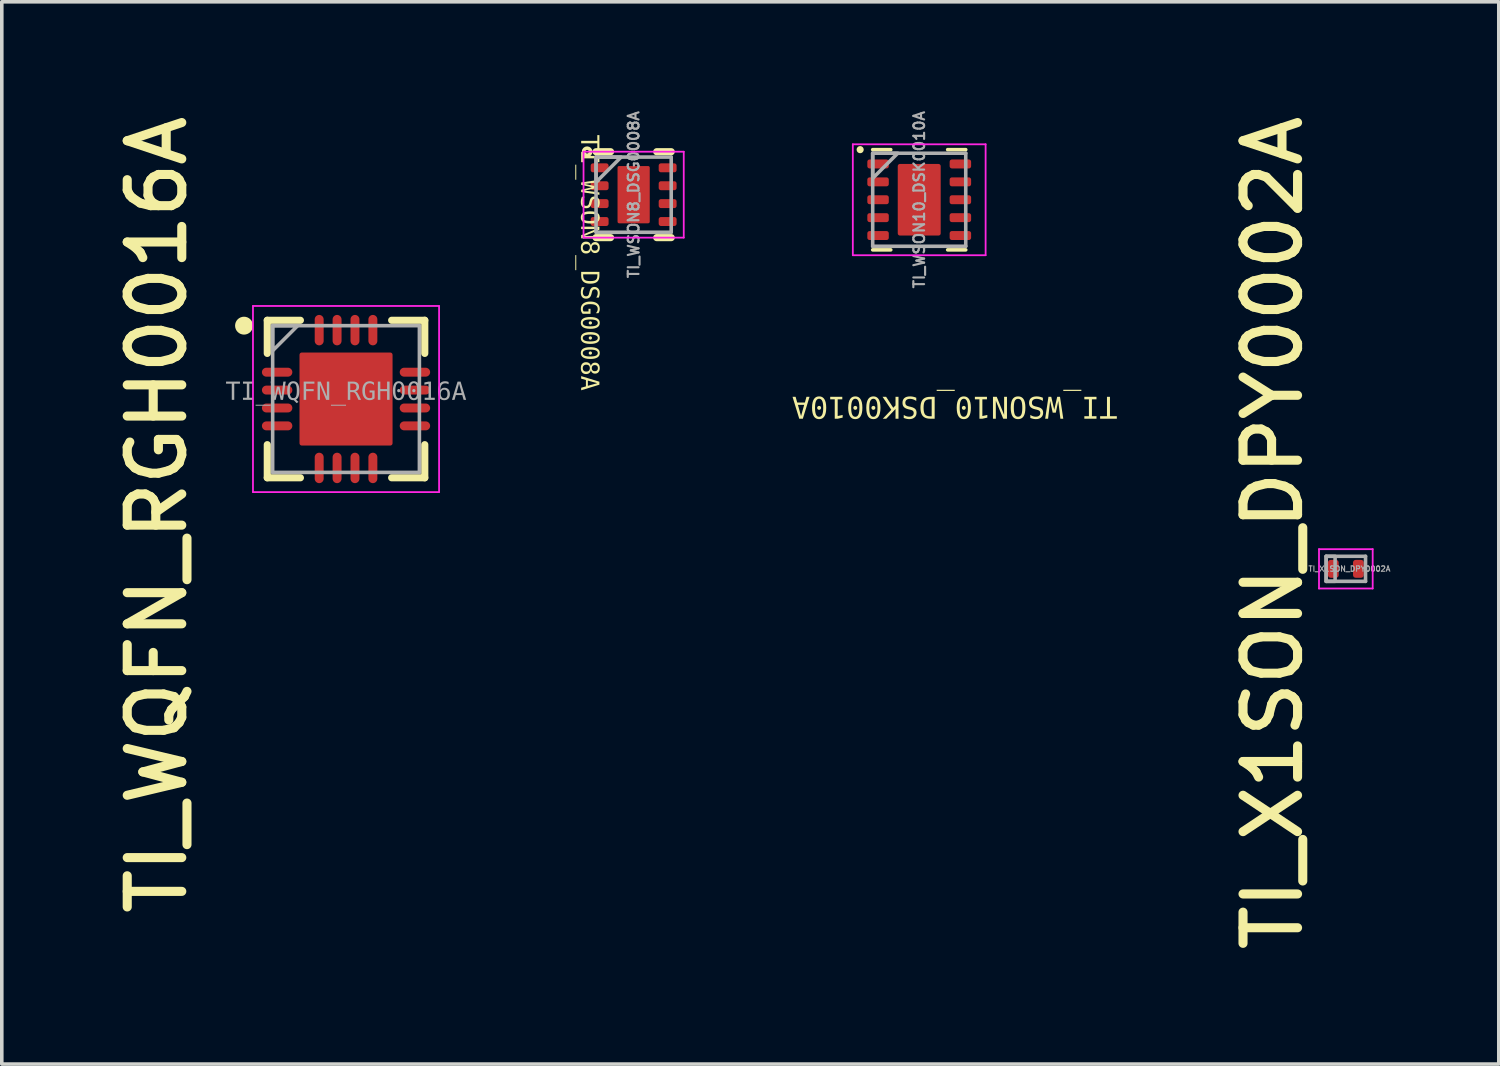
<source format=kicad_pcb>
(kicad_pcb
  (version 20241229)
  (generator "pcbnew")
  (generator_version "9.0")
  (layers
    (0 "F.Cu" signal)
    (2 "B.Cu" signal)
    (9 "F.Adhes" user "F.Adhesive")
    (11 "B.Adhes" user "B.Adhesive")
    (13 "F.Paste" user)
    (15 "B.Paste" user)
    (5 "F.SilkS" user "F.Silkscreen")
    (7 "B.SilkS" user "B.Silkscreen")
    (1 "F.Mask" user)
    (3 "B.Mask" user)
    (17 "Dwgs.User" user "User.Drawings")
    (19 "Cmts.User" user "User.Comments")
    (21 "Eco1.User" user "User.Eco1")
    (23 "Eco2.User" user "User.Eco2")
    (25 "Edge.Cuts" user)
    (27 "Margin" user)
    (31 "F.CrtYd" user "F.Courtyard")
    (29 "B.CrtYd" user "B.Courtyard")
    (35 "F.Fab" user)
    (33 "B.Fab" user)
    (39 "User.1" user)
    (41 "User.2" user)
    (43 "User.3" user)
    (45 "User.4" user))
  (footprint "TI_WSON10_DSK0010A"
    (layer "F.Cu")
    (at 22.633 2.531)
    (property "Reference" "TI_WSON10_DSK0010A" (at 0.993 5.755 180) (unlocked yes) (layer "F.SilkS") (effects (font (face "Consolas") (size 0.6 0.6) (thickness 0.15))))
    (attr smd)
    (fp_line (start -0.795 -1.4) (end -1.3 -1.4) (stroke (width 0.1) (type solid)) (layer "F.SilkS"))
    (fp_line (start -0.795 1.4) (end -1.3 1.4) (stroke (width 0.1) (type solid)) (layer "F.SilkS"))
    (fp_line (start 1.3 -1.4) (end 0.795 -1.4) (stroke (width 0.1) (type solid)) (layer "F.SilkS"))
    (fp_line (start 1.3 1.4) (end 0.795 1.4) (stroke (width 0.1) (type solid)) (layer "F.SilkS"))
    (fp_circle (center -1.65 -1.4) (end -1.65 -1.35) (stroke (width 0.1) (type solid)) (fill no) (layer "F.SilkS"))
    (fp_rect (start -0.565 -0.105) (end 0.565 -0.995) (stroke (width 0) (type default)) (fill yes) (layer "F.Paste"))
    (fp_rect (start -0.565 0.995) (end 0.565 0.105) (stroke (width 0) (type default)) (fill yes) (layer "F.Paste"))
    (fp_line (start -1.855 -1.55) (end -1.855 1.55) (stroke (width 0.05) (type solid)) (layer "F.CrtYd"))
    (fp_line (start 1.855 -1.55) (end -1.855 -1.55) (stroke (width 0.05) (type solid)) (layer "F.CrtYd"))
    (fp_line (start 1.855 -1.55) (end 1.855 1.55) (stroke (width 0.05) (type solid)) (layer "F.CrtYd"))
    (fp_line (start 1.855 1.55) (end -1.855 1.55) (stroke (width 0.05) (type solid)) (layer "F.CrtYd"))
    (fp_line (start -1.3 -1.3) (end -1.3 1.3) (stroke (width 0.1) (type solid)) (layer "F.Fab"))
    (fp_line (start 1.3 -1.3) (end -1.3 -1.3) (stroke (width 0.1) (type solid)) (layer "F.Fab"))
    (fp_line (start 1.3 -1.3) (end 1.3 1.3) (stroke (width 0.1) (type solid)) (layer "F.Fab"))
    (fp_line (start 1.3 1.3) (end -1.3 1.3) (stroke (width 0.1) (type solid)) (layer "F.Fab"))
    (fp_poly (pts (xy -1.3 -0.6) (xy -0.6 -1.3) (xy -1.3 -1.3)) (stroke (width 0.1) (type default)) (fill no) (layer "F.Fab"))
    (fp_text user "${REFERENCE}" (at 0 0 90) (unlocked yes) (layer "F.Fab") (effects (font (size 0.3 0.3) (thickness 0.06) (bold yes))))
    (pad "1" smd roundrect (at -1.15 -1 90) (size 0.25 0.6) (layers "F.Cu" "F.Mask" "F.Paste") (roundrect_rratio 0.25))
    (pad "2" smd roundrect (at -1.15 -0.5 90) (size 0.25 0.6) (layers "F.Cu" "F.Mask" "F.Paste") (roundrect_rratio 0.25))
    (pad "3" smd roundrect (at -1.15 0 90) (size 0.25 0.6) (layers "F.Cu" "F.Mask" "F.Paste") (roundrect_rratio 0.25))
    (pad "4" smd roundrect (at -1.15 0.5 90) (size 0.25 0.6) (layers "F.Cu" "F.Mask" "F.Paste") (roundrect_rratio 0.25))
    (pad "5" smd roundrect (at -1.15 1 90) (size 0.25 0.6) (layers "F.Cu" "F.Mask" "F.Paste") (roundrect_rratio 0.25))
    (pad "6" smd roundrect (at 1.15 1 90) (size 0.25 0.6) (layers "F.Cu" "F.Mask" "F.Paste") (roundrect_rratio 0.25))
    (pad "7" smd roundrect (at 1.15 0.5 90) (size 0.25 0.6) (layers "F.Cu" "F.Mask" "F.Paste") (roundrect_rratio 0.25))
    (pad "8" smd roundrect (at 1.15 0 90) (size 0.25 0.6) (layers "F.Cu" "F.Mask" "F.Paste") (roundrect_rratio 0.25))
    (pad "9" smd roundrect (at 1.15 -0.5 90) (size 0.25 0.6) (layers "F.Cu" "F.Mask" "F.Paste") (roundrect_rratio 0.25))
    (pad "10" smd roundrect (at 1.15 -1 90) (size 0.25 0.6) (layers "F.Cu" "F.Mask" "F.Paste") (roundrect_rratio 0.25))
    (pad "11" smd roundrect (at 0 0 90) (size 2 1.2) (layers "F.Cu" "F.Mask" "F.Paste") (roundrect_rratio 0.05)))
  (footprint "TI_WQFN_RGH0016A"
    (layer "F.Cu")
    (at 6.618 8.099)
    (property "Reference" "TI_WQFN_RGH0016A" (at -5.281 3.233 90) (unlocked yes) (layer "F.SilkS") (effects (font (size 1.524 1.524) (thickness 0.254))))
    (fp_line (start -2.2 -1.275) (end -2.2 -2.2) (stroke (width 0.2) (type solid)) (layer "F.SilkS"))
    (fp_line (start -2.2 2.2) (end -2.2 1.275) (stroke (width 0.2) (type solid)) (layer "F.SilkS"))
    (fp_line (start -1.275 -2.2) (end -2.2 -2.2) (stroke (width 0.2) (type solid)) (layer "F.SilkS"))
    (fp_line (start -1.275 2.2) (end -2.2 2.2) (stroke (width 0.2) (type solid)) (layer "F.SilkS"))
    (fp_line (start 2.2 -2.2) (end 1.275 -2.2) (stroke (width 0.2) (type solid)) (layer "F.SilkS"))
    (fp_line (start 2.2 -1.275) (end 2.2 -2.2) (stroke (width 0.2) (type solid)) (layer "F.SilkS"))
    (fp_line (start 2.2 2.2) (end 1.275 2.2) (stroke (width 0.2) (type solid)) (layer "F.SilkS"))
    (fp_line (start 2.2 2.2) (end 2.2 1.275) (stroke (width 0.2) (type solid)) (layer "F.SilkS"))
    (fp_circle (center -2.85 -2.05) (end -2.975 -2.05) (stroke (width 0.25) (type solid)) (fill no) (layer "F.SilkS"))
    (fp_rect (start -1.25 -0.1) (end -0.1 -1.25) (stroke (width 0) (type default)) (fill yes) (layer "F.Paste"))
    (fp_rect (start -1.25 1.25) (end -0.1 0.1) (stroke (width 0) (type default)) (fill yes) (layer "F.Paste"))
    (fp_rect (start 0.1 -0.1) (end 1.25 -1.25) (stroke (width 0) (type default)) (fill yes) (layer "F.Paste"))
    (fp_rect (start 0.1 1.25) (end 1.25 0.1) (stroke (width 0) (type default)) (fill yes) (layer "F.Paste"))
    (fp_line (start -2.6 2.6) (end -2.6 -2.6) (stroke (width 0.05) (type solid)) (layer "F.CrtYd"))
    (fp_line (start 2.6 -2.6) (end -2.6 -2.6) (stroke (width 0.05) (type solid)) (layer "F.CrtYd"))
    (fp_line (start 2.6 2.6) (end -2.6 2.6) (stroke (width 0.05) (type solid)) (layer "F.CrtYd"))
    (fp_line (start 2.6 2.6) (end 2.6 -2.6) (stroke (width 0.05) (type solid)) (layer "F.CrtYd"))
    (fp_line (start -2.05 2.05) (end -2.05 -2.05) (stroke (width 0.1) (type solid)) (layer "F.Fab"))
    (fp_line (start 2.05 -2.05) (end -2.05 -2.05) (stroke (width 0.1) (type solid)) (layer "F.Fab"))
    (fp_line (start 2.05 2.05) (end -2.05 2.05) (stroke (width 0.1) (type solid)) (layer "F.Fab"))
    (fp_line (start 2.05 2.05) (end 2.05 -2.05) (stroke (width 0.1) (type solid)) (layer "F.Fab"))
    (fp_poly (pts (xy -2.05 -1.35) (xy -1.35 -2.05) (xy -2.05 -2.05)) (stroke (width 0.1) (type default)) (fill no) (layer "F.Fab"))
    (fp_text user "${REFERENCE}" (at 0.00001 -0.185 0) (unlocked yes) (layer "F.Fab") (effects (font (face "Consolas") (size 0.5 0.5) (thickness 0.254))))
    (pad "1" smd oval (at -1.925 -0.75 90) (size 0.25 0.85) (layers "F.Cu" "F.Mask" "F.Paste"))
    (pad "2" smd oval (at -1.925 -0.25 90) (size 0.25 0.85) (layers "F.Cu" "F.Mask" "F.Paste"))
    (pad "3" smd oval (at -1.925 0.25 90) (size 0.25 0.85) (layers "F.Cu" "F.Mask" "F.Paste"))
    (pad "4" smd oval (at -1.925 0.75 90) (size 0.25 0.85) (layers "F.Cu" "F.Mask" "F.Paste"))
    (pad "5" smd oval (at -0.75 1.925) (size 0.25 0.85) (layers "F.Cu" "F.Mask" "F.Paste"))
    (pad "6" smd oval (at -0.25 1.925) (size 0.25 0.85) (layers "F.Cu" "F.Mask" "F.Paste"))
    (pad "7" smd oval (at 0.25 1.925) (size 0.25 0.85) (layers "F.Cu" "F.Mask" "F.Paste"))
    (pad "8" smd oval (at 0.75 1.925) (size 0.25 0.85) (layers "F.Cu" "F.Mask" "F.Paste"))
    (pad "9" smd oval (at 1.925 0.75 90) (size 0.25 0.85) (layers "F.Cu" "F.Mask" "F.Paste"))
    (pad "10" smd oval (at 1.925 0.25 90) (size 0.25 0.85) (layers "F.Cu" "F.Mask" "F.Paste"))
    (pad "11" smd oval (at 1.925 -0.25 90) (size 0.25 0.85) (layers "F.Cu" "F.Mask" "F.Paste"))
    (pad "12" smd oval (at 1.925 -0.75 90) (size 0.25 0.85) (layers "F.Cu" "F.Mask" "F.Paste"))
    (pad "13" smd oval (at 0.75 -1.925) (size 0.25 0.85) (layers "F.Cu" "F.Mask" "F.Paste"))
    (pad "14" smd oval (at 0.25 -1.925) (size 0.25 0.85) (layers "F.Cu" "F.Mask" "F.Paste"))
    (pad "15" smd oval (at -0.25 -1.925) (size 0.25 0.85) (layers "F.Cu" "F.Mask" "F.Paste"))
    (pad "16" smd oval (at -0.75 -1.925) (size 0.25 0.85) (layers "F.Cu" "F.Mask" "F.Paste"))
    (pad "17" smd roundrect (at 0 0) (size 2.6 2.6) (layers "F.Cu" "F.Mask" "F.Paste") (roundrect_rratio 0.025)))
  (footprint "TI_WSON8_DSG0008A"
    (layer "F.Cu")
    (at 14.654 2.389)
    (property "Reference" "TI_WSON8_DSG0008A" (at -1.259 1.899 270) (unlocked yes) (layer "F.SilkS") (effects (font (face "Consolas") (size 0.5 0.5) (thickness 0.254))))
    (fp_line (start -0.645 -1.2) (end -1.05 -1.2) (stroke (width 0.2) (type solid)) (layer "F.SilkS"))
    (fp_line (start -0.645 1.2) (end -1.05 1.2) (stroke (width 0.2) (type solid)) (layer "F.SilkS"))
    (fp_line (start 1.05 -1.2) (end 0.645 -1.2) (stroke (width 0.2) (type solid)) (layer "F.SilkS"))
    (fp_line (start 1.05 1.2) (end 0.645 1.2) (stroke (width 0.2) (type solid)) (layer "F.SilkS"))
    (fp_circle (center -1.3 -1.2) (end -1.335 -1.165) (stroke (width 0.1) (type solid)) (fill no) (layer "F.SilkS"))
    (fp_poly (pts (xy -0.45 -0.1) (xy 0.45 -0.1) (xy 0.45 -0.8) (xy -0.45 -0.8)) (stroke (width 0) (type default)) (fill yes) (layer "F.Paste"))
    (fp_poly (pts (xy -0.45 0.8) (xy 0.45 0.8) (xy 0.45 0.1) (xy -0.45 0.1)) (stroke (width 0) (type default)) (fill yes) (layer "F.Paste"))
    (fp_line (start -1.4 1.2) (end -1.4 -1.2) (stroke (width 0.05) (type solid)) (layer "F.CrtYd"))
    (fp_line (start 1.4 -1.2) (end -1.4 -1.2) (stroke (width 0.05) (type solid)) (layer "F.CrtYd"))
    (fp_line (start 1.4 1.2) (end -1.4 1.2) (stroke (width 0.05) (type solid)) (layer "F.CrtYd"))
    (fp_line (start 1.4 1.2) (end 1.4 -1.2) (stroke (width 0.05) (type solid)) (layer "F.CrtYd"))
    (fp_line (start -1.05 1.05) (end -1.05 -1.05) (stroke (width 0.1) (type solid)) (layer "F.Fab"))
    (fp_line (start 1.05 -1.05) (end -1.05 -1.05) (stroke (width 0.1) (type solid)) (layer "F.Fab"))
    (fp_line (start 1.05 1.05) (end -1.05 1.05) (stroke (width 0.1) (type solid)) (layer "F.Fab"))
    (fp_line (start 1.05 1.05) (end 1.05 -1.05) (stroke (width 0.1) (type solid)) (layer "F.Fab"))
    (fp_poly (pts (xy -1.05 -0.35) (xy -0.35 -1.05) (xy -1.05 -1.05)) (stroke (width 0.1) (type default)) (fill no) (layer "F.Fab"))
    (fp_text user "${REFERENCE}" (at 0 0 90) (unlocked yes) (layer "F.Fab") (effects (font (size 0.3 0.3) (thickness 0.06) (bold yes))))
    (pad "1" smd roundrect (at -0.95 -0.75 90) (size 0.25 0.5) (layers "F.Cu" "F.Mask" "F.Paste") (roundrect_rratio 0.25))
    (pad "2" smd roundrect (at -0.95 -0.25 90) (size 0.25 0.5) (layers "F.Cu" "F.Mask" "F.Paste") (roundrect_rratio 0.25))
    (pad "3" smd roundrect (at -0.95 0.25 90) (size 0.25 0.5) (layers "F.Cu" "F.Mask" "F.Paste") (roundrect_rratio 0.25))
    (pad "4" smd roundrect (at -0.95 0.75 90) (size 0.25 0.5) (layers "F.Cu" "F.Mask" "F.Paste") (roundrect_rratio 0.25))
    (pad "5" smd roundrect (at 0.95 0.75 90) (size 0.25 0.5) (layers "F.Cu" "F.Mask" "F.Paste") (roundrect_rratio 0.25))
    (pad "6" smd roundrect (at 0.95 0.25 90) (size 0.25 0.5) (layers "F.Cu" "F.Mask" "F.Paste") (roundrect_rratio 0.25))
    (pad "7" smd roundrect (at 0.95 -0.25 90) (size 0.25 0.5) (layers "F.Cu" "F.Mask" "F.Paste") (roundrect_rratio 0.25))
    (pad "8" smd roundrect (at 0.95 -0.75 90) (size 0.25 0.5) (layers "F.Cu" "F.Mask" "F.Paste") (roundrect_rratio 0.25))
    (pad "9" smd roundrect (at 0 0 90) (size 1.6 0.9) (layers "F.Cu" "F.Mask" "F.Paste") (roundrect_rratio 0.05)))
  (footprint "TI_X1SON_DPY0002A"
    (layer "F.Cu")
    (at 34.553 12.843)
    (property "Reference" "TI_X1SON_DPY0002A" (at -2.041 -1.003 90) (unlocked yes) (layer "F.SilkS") (effects (font (size 1.524 1.524) (thickness 0.254))))
    (attr smd)
    (fp_line (start -0.75 0.55) (end -0.75 -0.55) (stroke (width 0.05) (type solid)) (layer "F.CrtYd"))
    (fp_line (start 0.75 -0.55) (end -0.75 -0.55) (stroke (width 0.05) (type solid)) (layer "F.CrtYd"))
    (fp_line (start 0.75 0.55) (end -0.75 0.55) (stroke (width 0.05) (type solid)) (layer "F.CrtYd"))
    (fp_line (start 0.75 0.55) (end 0.75 -0.55) (stroke (width 0.05) (type solid)) (layer "F.CrtYd"))
    (fp_line (start -0.55 0.35) (end -0.55 -0.35) (stroke (width 0.1) (type solid)) (layer "F.Fab"))
    (fp_line (start 0.55 -0.35) (end -0.55 -0.35) (stroke (width 0.1) (type solid)) (layer "F.Fab"))
    (fp_line (start 0.55 0.35) (end -0.55 0.35) (stroke (width 0.1) (type solid)) (layer "F.Fab"))
    (fp_line (start 0.55 0.35) (end 0.55 -0.35) (stroke (width 0.1) (type solid)) (layer "F.Fab"))
    (fp_rect (start -0.55 0.35) (end -0.3 -0.35) (stroke (width 0.1) (type default)) (fill no) (layer "F.Fab"))
    (fp_text user "${REFERENCE}" (at 0.1 0 0) (unlocked yes) (layer "F.Fab") (effects (font (size 0.15 0.15) (thickness 0.03) (bold yes))))
    (pad "1" smd roundrect (at -0.35 0 90) (size 0.5 0.3) (layers "F.Cu" "F.Mask" "F.Paste") (roundrect_rratio 0.25))
    (pad "2" smd roundrect (at 0.35 0 90) (size 0.5 0.3) (layers "F.Cu" "F.Mask" "F.Paste") (roundrect_rratio 0.25)))
  (gr_rect
    (start -3 -3)
    (end 38.826 26.68)
    (stroke (width 0.1) (type default))
    (fill no)
    (layer "Edge.Cuts")))
</source>
